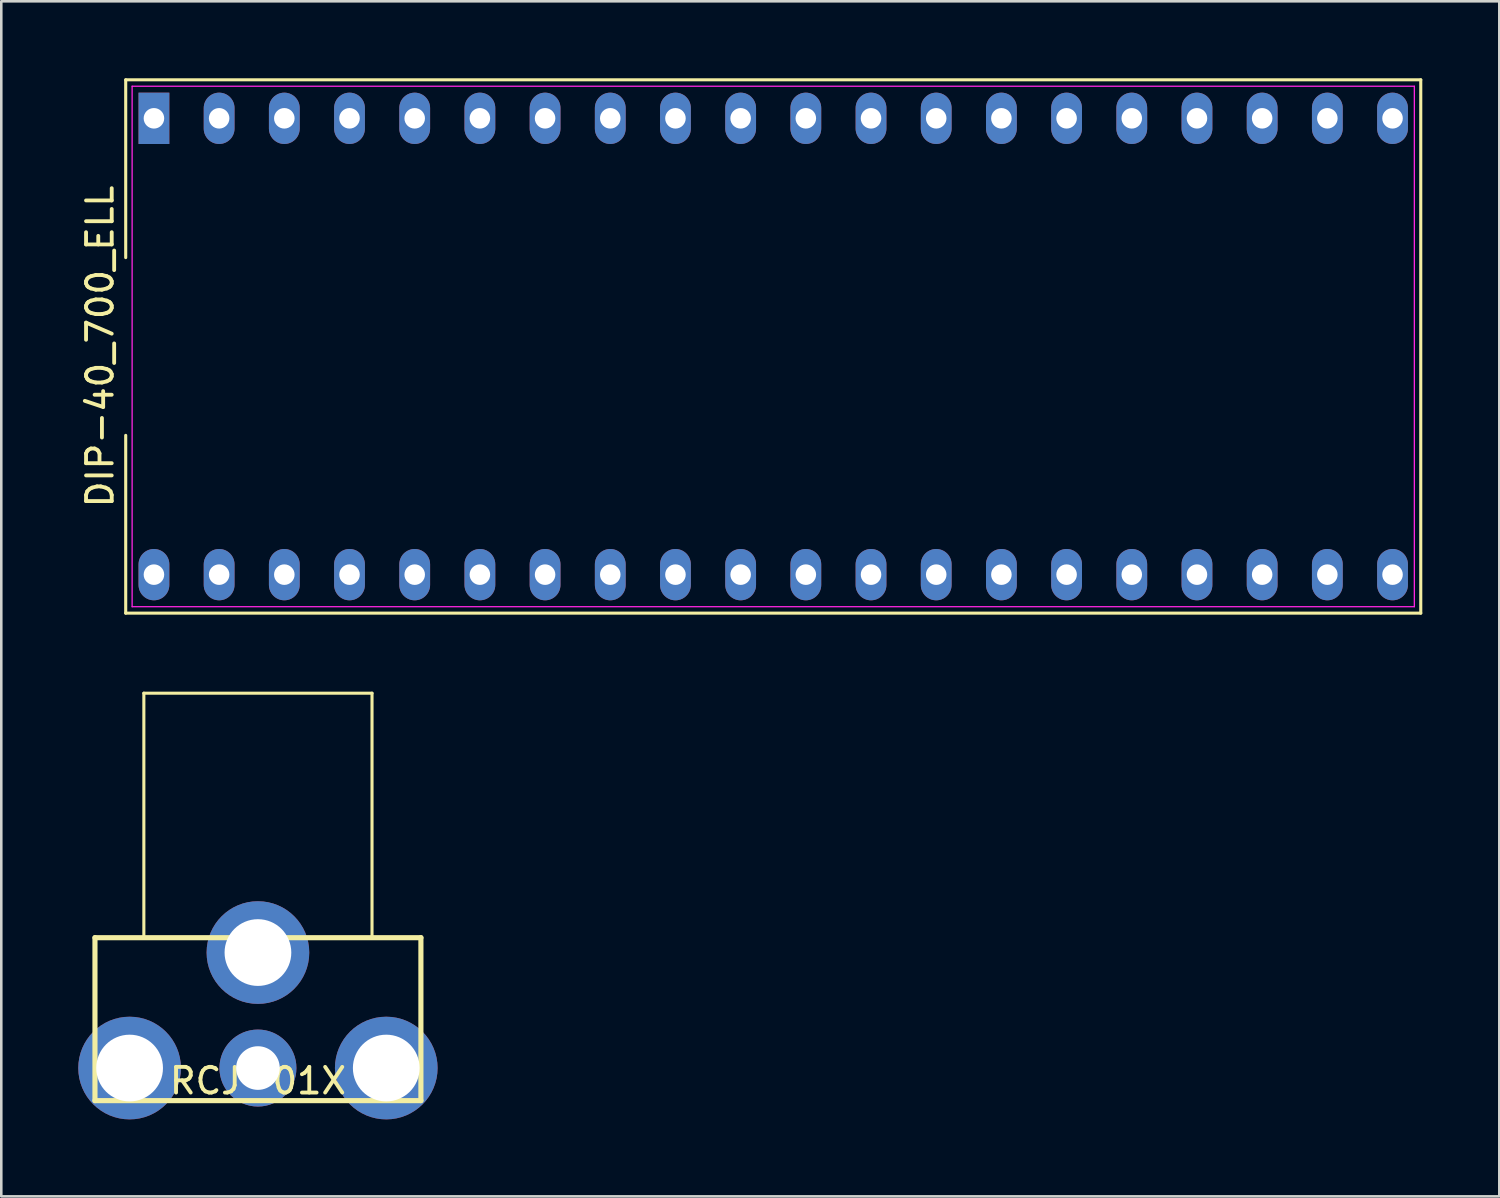
<source format=kicad_pcb>
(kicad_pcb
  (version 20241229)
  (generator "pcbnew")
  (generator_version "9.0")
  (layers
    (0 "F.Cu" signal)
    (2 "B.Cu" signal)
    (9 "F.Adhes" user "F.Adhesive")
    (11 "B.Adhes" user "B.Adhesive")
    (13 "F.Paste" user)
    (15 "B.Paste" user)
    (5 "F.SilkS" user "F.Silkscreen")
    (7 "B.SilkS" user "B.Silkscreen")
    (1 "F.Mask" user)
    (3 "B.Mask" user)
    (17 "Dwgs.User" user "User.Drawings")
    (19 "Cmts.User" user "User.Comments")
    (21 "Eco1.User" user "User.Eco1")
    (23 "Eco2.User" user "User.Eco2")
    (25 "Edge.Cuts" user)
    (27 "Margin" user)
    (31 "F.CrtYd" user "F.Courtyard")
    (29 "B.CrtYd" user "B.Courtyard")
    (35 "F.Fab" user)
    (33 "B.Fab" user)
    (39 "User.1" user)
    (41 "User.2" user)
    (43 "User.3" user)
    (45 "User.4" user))
  (footprint "DIP-40_700_ELL"
    (layer "F.Cu")
    (at 27.078 10.45)
    (property "Reference" "DIP-40_700_ELL" (at -26.23 0 90) (layer "F.SilkS") (effects (font (size 1 1) (thickness 0.15))))
    (attr through_hole)
    (fp_line (start -25.23 -10.39) (end -25.23 -3.463) (stroke (width 0.12) (type solid)) (layer "F.SilkS"))
    (fp_line (start -25.23 3.463) (end -25.23 10.39) (stroke (width 0.12) (type solid)) (layer "F.SilkS"))
    (fp_line (start -25.23 10.39) (end 25.23 10.39) (stroke (width 0.12) (type solid)) (layer "F.SilkS"))
    (fp_line (start 25.23 -10.39) (end -25.23 -10.39) (stroke (width 0.12) (type solid)) (layer "F.SilkS"))
    (fp_line (start 25.23 10.39) (end 25.23 -10.39) (stroke (width 0.12) (type solid)) (layer "F.SilkS"))
    (fp_line (start -24.98 -10.14) (end 24.98 -10.14) (stroke (width 0.05) (type solid)) (layer "F.CrtYd"))
    (fp_line (start -24.98 10.14) (end -24.98 -10.14) (stroke (width 0.05) (type solid)) (layer "F.CrtYd"))
    (fp_line (start 24.98 -10.14) (end 24.98 10.14) (stroke (width 0.05) (type solid)) (layer "F.CrtYd"))
    (fp_line (start 24.98 10.14) (end -24.98 10.14) (stroke (width 0.05) (type solid)) (layer "F.CrtYd"))
    (pad "1" thru_hole oval (at -24.13 8.89) (size 1.2 2) (drill 0.8) (layers "*.Cu" "*.Mask"))
    (pad "2" thru_hole oval (at -21.59 8.89) (size 1.2 2) (drill 0.8) (layers "*.Cu" "*.Mask"))
    (pad "3" thru_hole oval (at -19.05 8.89) (size 1.2 2) (drill 0.8) (layers "*.Cu" "*.Mask"))
    (pad "4" thru_hole oval (at -16.51 8.89) (size 1.2 2) (drill 0.8) (layers "*.Cu" "*.Mask"))
    (pad "5" thru_hole oval (at -13.97 8.89) (size 1.2 2) (drill 0.8) (layers "*.Cu" "*.Mask"))
    (pad "6" thru_hole oval (at -11.43 8.89) (size 1.2 2) (drill 0.8) (layers "*.Cu" "*.Mask"))
    (pad "7" thru_hole oval (at -8.89 8.89) (size 1.2 2) (drill 0.8) (layers "*.Cu" "*.Mask"))
    (pad "8" thru_hole oval (at -6.35 8.89) (size 1.2 2) (drill 0.8) (layers "*.Cu" "*.Mask"))
    (pad "9" thru_hole oval (at -3.81 8.89) (size 1.2 2) (drill 0.8) (layers "*.Cu" "*.Mask"))
    (pad "10" thru_hole oval (at -1.27 8.89) (size 1.2 2) (drill 0.8) (layers "*.Cu" "*.Mask"))
    (pad "11" thru_hole oval (at 1.27 8.89) (size 1.2 2) (drill 0.8) (layers "*.Cu" "*.Mask"))
    (pad "12" thru_hole oval (at 3.81 8.89) (size 1.2 2) (drill 0.8) (layers "*.Cu" "*.Mask"))
    (pad "13" thru_hole oval (at 6.35 8.89) (size 1.2 2) (drill 0.8) (layers "*.Cu" "*.Mask"))
    (pad "14" thru_hole oval (at 8.89 8.89) (size 1.2 2) (drill 0.8) (layers "*.Cu" "*.Mask"))
    (pad "15" thru_hole oval (at 11.43 8.89) (size 1.2 2) (drill 0.8) (layers "*.Cu" "*.Mask"))
    (pad "16" thru_hole oval (at 13.97 8.89) (size 1.2 2) (drill 0.8) (layers "*.Cu" "*.Mask"))
    (pad "17" thru_hole oval (at 16.51 8.89) (size 1.2 2) (drill 0.8) (layers "*.Cu" "*.Mask"))
    (pad "18" thru_hole oval (at 19.05 8.89) (size 1.2 2) (drill 0.8) (layers "*.Cu" "*.Mask"))
    (pad "19" thru_hole oval (at 21.59 8.89) (size 1.2 2) (drill 0.8) (layers "*.Cu" "*.Mask"))
    (pad "20" thru_hole oval (at 24.13 8.89) (size 1.2 2) (drill 0.8) (layers "*.Cu" "*.Mask"))
    (pad "21" thru_hole oval (at 24.13 -8.89) (size 1.2 2) (drill 0.8) (layers "*.Cu" "*.Mask"))
    (pad "22" thru_hole oval (at 21.59 -8.89) (size 1.2 2) (drill 0.8) (layers "*.Cu" "*.Mask"))
    (pad "23" thru_hole oval (at 19.05 -8.89) (size 1.2 2) (drill 0.8) (layers "*.Cu" "*.Mask"))
    (pad "24" thru_hole oval (at 16.51 -8.89) (size 1.2 2) (drill 0.8) (layers "*.Cu" "*.Mask"))
    (pad "25" thru_hole oval (at 13.97 -8.89) (size 1.2 2) (drill 0.8) (layers "*.Cu" "*.Mask"))
    (pad "26" thru_hole oval (at 11.43 -8.89) (size 1.2 2) (drill 0.8) (layers "*.Cu" "*.Mask"))
    (pad "27" thru_hole oval (at 8.89 -8.89) (size 1.2 2) (drill 0.8) (layers "*.Cu" "*.Mask"))
    (pad "28" thru_hole oval (at 6.35 -8.89) (size 1.2 2) (drill 0.8) (layers "*.Cu" "*.Mask"))
    (pad "29" thru_hole oval (at 3.81 -8.89) (size 1.2 2) (drill 0.8) (layers "*.Cu" "*.Mask"))
    (pad "30" thru_hole oval (at 1.27 -8.89) (size 1.2 2) (drill 0.8) (layers "*.Cu" "*.Mask"))
    (pad "31" thru_hole oval (at -1.27 -8.89) (size 1.2 2) (drill 0.8) (layers "*.Cu" "*.Mask"))
    (pad "32" thru_hole oval (at -3.81 -8.89) (size 1.2 2) (drill 0.8) (layers "*.Cu" "*.Mask"))
    (pad "33" thru_hole oval (at -6.35 -8.89) (size 1.2 2) (drill 0.8) (layers "*.Cu" "*.Mask"))
    (pad "34" thru_hole oval (at -8.89 -8.89) (size 1.2 2) (drill 0.8) (layers "*.Cu" "*.Mask"))
    (pad "35" thru_hole oval (at -11.43 -8.89) (size 1.2 2) (drill 0.8) (layers "*.Cu" "*.Mask"))
    (pad "36" thru_hole oval (at -13.97 -8.89) (size 1.2 2) (drill 0.8) (layers "*.Cu" "*.Mask"))
    (pad "37" thru_hole oval (at -16.51 -8.89) (size 1.2 2) (drill 0.8) (layers "*.Cu" "*.Mask"))
    (pad "38" thru_hole oval (at -19.05 -8.89) (size 1.2 2) (drill 0.8) (layers "*.Cu" "*.Mask"))
    (pad "39" thru_hole oval (at -21.59 -8.89) (size 1.2 2) (drill 0.8) (layers "*.Cu" "*.Mask"))
    (pad "40" thru_hole rect (at -24.13 -8.89) (size 1.2 2) (drill 0.8) (layers "*.Cu" "*.Mask")))
  (footprint "RCJ-01X"
    (layer "F.Cu")
    (at 7 38.565)
    (property "Reference" "RCJ-01X" (at 0 0.5 0) (layer "F.SilkS") (effects (font (size 1 1) (thickness 0.15))))
    (attr through_hole)
    (fp_line (start -6.35 -5.08) (end 6.35 -5.08) (stroke (width 0.2) (type solid)) (layer "F.SilkS"))
    (fp_line (start -6.35 1.27) (end -6.35 -5.08) (stroke (width 0.2) (type solid)) (layer "F.SilkS"))
    (fp_line (start -4.445 -14.605) (end 4.445 -14.605) (stroke (width 0.12) (type solid)) (layer "F.SilkS"))
    (fp_line (start -4.445 -5.08) (end -4.445 -14.605) (stroke (width 0.12) (type solid)) (layer "F.SilkS"))
    (fp_line (start 4.445 -14.605) (end 4.445 -5.08) (stroke (width 0.12) (type solid)) (layer "F.SilkS"))
    (fp_line (start 6.35 -5.08) (end 6.35 1.27) (stroke (width 0.2) (type solid)) (layer "F.SilkS"))
    (fp_line (start 6.35 1.27) (end -6.35 1.27) (stroke (width 0.2) (type solid)) (layer "F.SilkS"))
    (pad "1" thru_hole circle (at 0 0) (size 3 3) (drill 1.7) (layers "*.Cu" "*.Mask"))
    (pad "2" thru_hole circle (at -5 0) (size 4 4) (drill 2.6) (layers "*.Cu" "*.Mask"))
    (pad "2" thru_hole circle (at 0 -4.5) (size 4 4) (drill 2.6) (layers "*.Cu" "*.Mask"))
    (pad "2" thru_hole circle (at 5 0) (size 4 4) (drill 2.6) (layers "*.Cu" "*.Mask")))
  (gr_rect
    (start -3 -3)
    (end 55.368 43.565)
    (stroke (width 0.1) (type default))
    (fill no)
    (layer "Edge.Cuts")))
</source>
